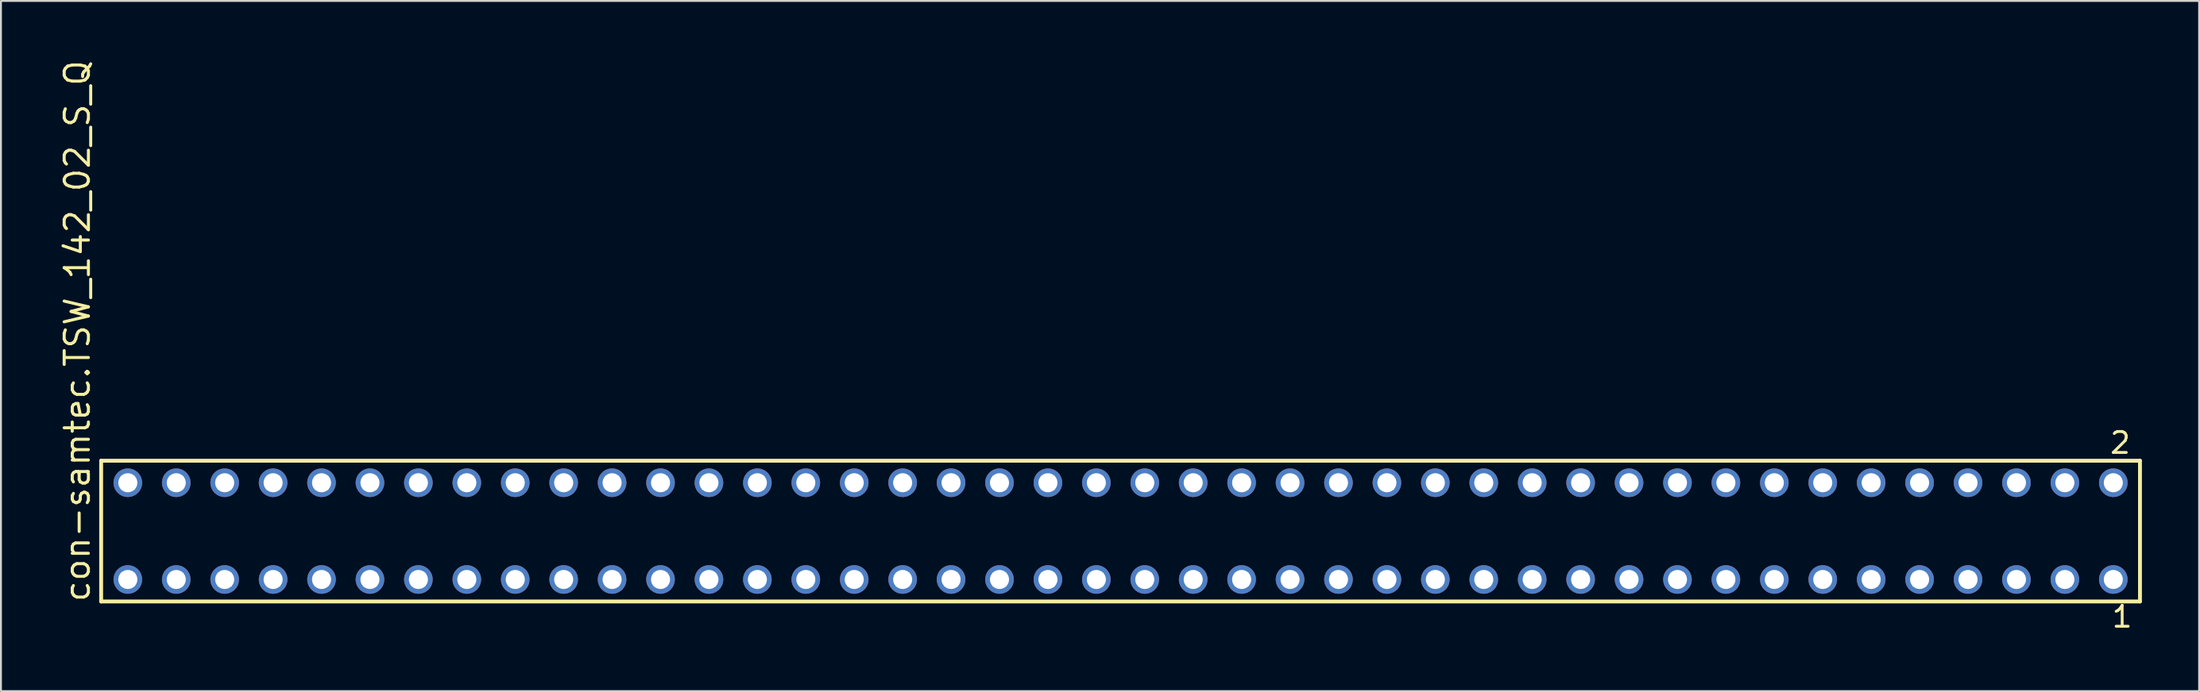
<source format=kicad_pcb>
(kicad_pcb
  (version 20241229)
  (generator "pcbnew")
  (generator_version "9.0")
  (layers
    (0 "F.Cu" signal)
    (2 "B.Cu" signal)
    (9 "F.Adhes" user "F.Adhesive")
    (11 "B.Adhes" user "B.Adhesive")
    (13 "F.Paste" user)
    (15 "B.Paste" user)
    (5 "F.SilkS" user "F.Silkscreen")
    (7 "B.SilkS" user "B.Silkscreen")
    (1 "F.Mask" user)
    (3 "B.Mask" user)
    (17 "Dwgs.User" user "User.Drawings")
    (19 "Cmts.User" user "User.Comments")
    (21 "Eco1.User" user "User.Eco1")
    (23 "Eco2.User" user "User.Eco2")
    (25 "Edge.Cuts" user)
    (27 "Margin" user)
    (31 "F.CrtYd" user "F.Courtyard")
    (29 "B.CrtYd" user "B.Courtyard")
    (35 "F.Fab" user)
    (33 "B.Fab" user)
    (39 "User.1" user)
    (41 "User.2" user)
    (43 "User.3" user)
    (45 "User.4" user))
  (footprint "con-samtec.TSW_142_02_S_Q"
    (layer "F.Cu")
    (at 55.725 24.84)
    (property "Reference" "con-samtec.TSW_142_02_S_Q" (at -53.975 3.81 90) (layer "F.SilkS") (effects (font (size 1.27 1.27) (thickness 0.16)) (justify left bottom)))
    (attr through_hole)
    (fp_line (start -53.469 -3.695) (end 53.469 -3.695) (stroke (width 0.203) (type default)) (layer "F.SilkS"))
    (fp_line (start -53.469 3.695) (end -53.469 -3.695) (stroke (width 0.203) (type default)) (layer "F.SilkS"))
    (fp_line (start 53.469 -3.695) (end 53.469 3.695) (stroke (width 0.203) (type default)) (layer "F.SilkS"))
    (fp_line (start 53.469 3.695) (end -53.469 3.695) (stroke (width 0.203) (type default)) (layer "F.SilkS"))
    (fp_rect (start -52.42 -2.19) (end -51.72 -2.89) (stroke (width 0.05) (type default)) (fill no) (layer "F.Fab"))
    (fp_rect (start -52.42 2.89) (end -51.72 2.19) (stroke (width 0.05) (type default)) (fill no) (layer "F.Fab"))
    (fp_rect (start -49.88 -2.19) (end -49.18 -2.89) (stroke (width 0.05) (type default)) (fill no) (layer "F.Fab"))
    (fp_rect (start -49.88 2.89) (end -49.18 2.19) (stroke (width 0.05) (type default)) (fill no) (layer "F.Fab"))
    (fp_rect (start -47.34 -2.19) (end -46.64 -2.89) (stroke (width 0.05) (type default)) (fill no) (layer "F.Fab"))
    (fp_rect (start -47.34 2.89) (end -46.64 2.19) (stroke (width 0.05) (type default)) (fill no) (layer "F.Fab"))
    (fp_rect (start -44.8 -2.19) (end -44.1 -2.89) (stroke (width 0.05) (type default)) (fill no) (layer "F.Fab"))
    (fp_rect (start -44.8 2.89) (end -44.1 2.19) (stroke (width 0.05) (type default)) (fill no) (layer "F.Fab"))
    (fp_rect (start -42.26 -2.19) (end -41.56 -2.89) (stroke (width 0.05) (type default)) (fill no) (layer "F.Fab"))
    (fp_rect (start -42.26 2.89) (end -41.56 2.19) (stroke (width 0.05) (type default)) (fill no) (layer "F.Fab"))
    (fp_rect (start -39.72 -2.19) (end -39.02 -2.89) (stroke (width 0.05) (type default)) (fill no) (layer "F.Fab"))
    (fp_rect (start -39.72 2.89) (end -39.02 2.19) (stroke (width 0.05) (type default)) (fill no) (layer "F.Fab"))
    (fp_rect (start -37.18 -2.19) (end -36.48 -2.89) (stroke (width 0.05) (type default)) (fill no) (layer "F.Fab"))
    (fp_rect (start -37.18 2.89) (end -36.48 2.19) (stroke (width 0.05) (type default)) (fill no) (layer "F.Fab"))
    (fp_rect (start -34.64 -2.19) (end -33.94 -2.89) (stroke (width 0.05) (type default)) (fill no) (layer "F.Fab"))
    (fp_rect (start -34.64 2.89) (end -33.94 2.19) (stroke (width 0.05) (type default)) (fill no) (layer "F.Fab"))
    (fp_rect (start -32.1 -2.19) (end -31.4 -2.89) (stroke (width 0.05) (type default)) (fill no) (layer "F.Fab"))
    (fp_rect (start -32.1 2.89) (end -31.4 2.19) (stroke (width 0.05) (type default)) (fill no) (layer "F.Fab"))
    (fp_rect (start -29.56 -2.19) (end -28.86 -2.89) (stroke (width 0.05) (type default)) (fill no) (layer "F.Fab"))
    (fp_rect (start -29.56 2.89) (end -28.86 2.19) (stroke (width 0.05) (type default)) (fill no) (layer "F.Fab"))
    (fp_rect (start -27.02 -2.19) (end -26.32 -2.89) (stroke (width 0.05) (type default)) (fill no) (layer "F.Fab"))
    (fp_rect (start -27.02 2.89) (end -26.32 2.19) (stroke (width 0.05) (type default)) (fill no) (layer "F.Fab"))
    (fp_rect (start -24.48 -2.19) (end -23.78 -2.89) (stroke (width 0.05) (type default)) (fill no) (layer "F.Fab"))
    (fp_rect (start -24.48 2.89) (end -23.78 2.19) (stroke (width 0.05) (type default)) (fill no) (layer "F.Fab"))
    (fp_rect (start -21.94 -2.19) (end -21.24 -2.89) (stroke (width 0.05) (type default)) (fill no) (layer "F.Fab"))
    (fp_rect (start -21.94 2.89) (end -21.24 2.19) (stroke (width 0.05) (type default)) (fill no) (layer "F.Fab"))
    (fp_rect (start -19.4 -2.19) (end -18.7 -2.89) (stroke (width 0.05) (type default)) (fill no) (layer "F.Fab"))
    (fp_rect (start -19.4 2.89) (end -18.7 2.19) (stroke (width 0.05) (type default)) (fill no) (layer "F.Fab"))
    (fp_rect (start -16.86 -2.19) (end -16.16 -2.89) (stroke (width 0.05) (type default)) (fill no) (layer "F.Fab"))
    (fp_rect (start -16.86 2.89) (end -16.16 2.19) (stroke (width 0.05) (type default)) (fill no) (layer "F.Fab"))
    (fp_rect (start -14.32 -2.19) (end -13.62 -2.89) (stroke (width 0.05) (type default)) (fill no) (layer "F.Fab"))
    (fp_rect (start -14.32 2.89) (end -13.62 2.19) (stroke (width 0.05) (type default)) (fill no) (layer "F.Fab"))
    (fp_rect (start -11.78 -2.19) (end -11.08 -2.89) (stroke (width 0.05) (type default)) (fill no) (layer "F.Fab"))
    (fp_rect (start -11.78 2.89) (end -11.08 2.19) (stroke (width 0.05) (type default)) (fill no) (layer "F.Fab"))
    (fp_rect (start -9.24 -2.19) (end -8.54 -2.89) (stroke (width 0.05) (type default)) (fill no) (layer "F.Fab"))
    (fp_rect (start -9.24 2.89) (end -8.54 2.19) (stroke (width 0.05) (type default)) (fill no) (layer "F.Fab"))
    (fp_rect (start -6.7 -2.19) (end -6 -2.89) (stroke (width 0.05) (type default)) (fill no) (layer "F.Fab"))
    (fp_rect (start -6.7 2.89) (end -6 2.19) (stroke (width 0.05) (type default)) (fill no) (layer "F.Fab"))
    (fp_rect (start -4.16 -2.19) (end -3.46 -2.89) (stroke (width 0.05) (type default)) (fill no) (layer "F.Fab"))
    (fp_rect (start -4.16 2.89) (end -3.46 2.19) (stroke (width 0.05) (type default)) (fill no) (layer "F.Fab"))
    (fp_rect (start -1.62 -2.19) (end -0.92 -2.89) (stroke (width 0.05) (type default)) (fill no) (layer "F.Fab"))
    (fp_rect (start -1.62 2.89) (end -0.92 2.19) (stroke (width 0.05) (type default)) (fill no) (layer "F.Fab"))
    (fp_rect (start 0.92 -2.19) (end 1.62 -2.89) (stroke (width 0.05) (type default)) (fill no) (layer "F.Fab"))
    (fp_rect (start 0.92 2.89) (end 1.62 2.19) (stroke (width 0.05) (type default)) (fill no) (layer "F.Fab"))
    (fp_rect (start 3.46 -2.19) (end 4.16 -2.89) (stroke (width 0.05) (type default)) (fill no) (layer "F.Fab"))
    (fp_rect (start 3.46 2.89) (end 4.16 2.19) (stroke (width 0.05) (type default)) (fill no) (layer "F.Fab"))
    (fp_rect (start 6 -2.19) (end 6.7 -2.89) (stroke (width 0.05) (type default)) (fill no) (layer "F.Fab"))
    (fp_rect (start 6 2.89) (end 6.7 2.19) (stroke (width 0.05) (type default)) (fill no) (layer "F.Fab"))
    (fp_rect (start 8.54 -2.19) (end 9.24 -2.89) (stroke (width 0.05) (type default)) (fill no) (layer "F.Fab"))
    (fp_rect (start 8.54 2.89) (end 9.24 2.19) (stroke (width 0.05) (type default)) (fill no) (layer "F.Fab"))
    (fp_rect (start 11.08 -2.19) (end 11.78 -2.89) (stroke (width 0.05) (type default)) (fill no) (layer "F.Fab"))
    (fp_rect (start 11.08 2.89) (end 11.78 2.19) (stroke (width 0.05) (type default)) (fill no) (layer "F.Fab"))
    (fp_rect (start 13.62 -2.19) (end 14.32 -2.89) (stroke (width 0.05) (type default)) (fill no) (layer "F.Fab"))
    (fp_rect (start 13.62 2.89) (end 14.32 2.19) (stroke (width 0.05) (type default)) (fill no) (layer "F.Fab"))
    (fp_rect (start 16.16 -2.19) (end 16.86 -2.89) (stroke (width 0.05) (type default)) (fill no) (layer "F.Fab"))
    (fp_rect (start 16.16 2.89) (end 16.86 2.19) (stroke (width 0.05) (type default)) (fill no) (layer "F.Fab"))
    (fp_rect (start 18.7 -2.19) (end 19.4 -2.89) (stroke (width 0.05) (type default)) (fill no) (layer "F.Fab"))
    (fp_rect (start 18.7 2.89) (end 19.4 2.19) (stroke (width 0.05) (type default)) (fill no) (layer "F.Fab"))
    (fp_rect (start 21.24 -2.19) (end 21.94 -2.89) (stroke (width 0.05) (type default)) (fill no) (layer "F.Fab"))
    (fp_rect (start 21.24 2.89) (end 21.94 2.19) (stroke (width 0.05) (type default)) (fill no) (layer "F.Fab"))
    (fp_rect (start 23.78 -2.19) (end 24.48 -2.89) (stroke (width 0.05) (type default)) (fill no) (layer "F.Fab"))
    (fp_rect (start 23.78 2.89) (end 24.48 2.19) (stroke (width 0.05) (type default)) (fill no) (layer "F.Fab"))
    (fp_rect (start 26.32 -2.19) (end 27.02 -2.89) (stroke (width 0.05) (type default)) (fill no) (layer "F.Fab"))
    (fp_rect (start 26.32 2.89) (end 27.02 2.19) (stroke (width 0.05) (type default)) (fill no) (layer "F.Fab"))
    (fp_rect (start 28.86 -2.19) (end 29.56 -2.89) (stroke (width 0.05) (type default)) (fill no) (layer "F.Fab"))
    (fp_rect (start 28.86 2.89) (end 29.56 2.19) (stroke (width 0.05) (type default)) (fill no) (layer "F.Fab"))
    (fp_rect (start 31.4 -2.19) (end 32.1 -2.89) (stroke (width 0.05) (type default)) (fill no) (layer "F.Fab"))
    (fp_rect (start 31.4 2.89) (end 32.1 2.19) (stroke (width 0.05) (type default)) (fill no) (layer "F.Fab"))
    (fp_rect (start 33.94 -2.19) (end 34.64 -2.89) (stroke (width 0.05) (type default)) (fill no) (layer "F.Fab"))
    (fp_rect (start 33.94 2.89) (end 34.64 2.19) (stroke (width 0.05) (type default)) (fill no) (layer "F.Fab"))
    (fp_rect (start 36.48 -2.19) (end 37.18 -2.89) (stroke (width 0.05) (type default)) (fill no) (layer "F.Fab"))
    (fp_rect (start 36.48 2.89) (end 37.18 2.19) (stroke (width 0.05) (type default)) (fill no) (layer "F.Fab"))
    (fp_rect (start 39.02 -2.19) (end 39.72 -2.89) (stroke (width 0.05) (type default)) (fill no) (layer "F.Fab"))
    (fp_rect (start 39.02 2.89) (end 39.72 2.19) (stroke (width 0.05) (type default)) (fill no) (layer "F.Fab"))
    (fp_rect (start 41.56 -2.19) (end 42.26 -2.89) (stroke (width 0.05) (type default)) (fill no) (layer "F.Fab"))
    (fp_rect (start 41.56 2.89) (end 42.26 2.19) (stroke (width 0.05) (type default)) (fill no) (layer "F.Fab"))
    (fp_rect (start 44.1 -2.19) (end 44.8 -2.89) (stroke (width 0.05) (type default)) (fill no) (layer "F.Fab"))
    (fp_rect (start 44.1 2.89) (end 44.8 2.19) (stroke (width 0.05) (type default)) (fill no) (layer "F.Fab"))
    (fp_rect (start 46.64 -2.19) (end 47.34 -2.89) (stroke (width 0.05) (type default)) (fill no) (layer "F.Fab"))
    (fp_rect (start 46.64 2.89) (end 47.34 2.19) (stroke (width 0.05) (type default)) (fill no) (layer "F.Fab"))
    (fp_rect (start 49.18 -2.19) (end 49.88 -2.89) (stroke (width 0.05) (type default)) (fill no) (layer "F.Fab"))
    (fp_rect (start 49.18 2.89) (end 49.88 2.19) (stroke (width 0.05) (type default)) (fill no) (layer "F.Fab"))
    (fp_rect (start 51.72 -2.19) (end 52.42 -2.89) (stroke (width 0.05) (type default)) (fill no) (layer "F.Fab"))
    (fp_rect (start 51.72 2.89) (end 52.42 2.19) (stroke (width 0.05) (type default)) (fill no) (layer "F.Fab"))
    (fp_text user "1" (at 51.912 5.138 0) (layer "F.SilkS") (effects (font (size 1.1 1.1) (thickness 0.15)) (justify left bottom)))
    (fp_text user "2" (at 51.812 -3.989 0) (layer "F.SilkS") (effects (font (size 1.1 1.1) (thickness 0.15)) (justify left bottom)))
    (pad "1" thru_hole circle (at 52.07 2.54 180) (size 1.5 1.5) (drill 1) (layers "*.Cu" "*.Mask"))
    (pad "2" thru_hole circle (at 52.07 -2.54 180) (size 1.5 1.5) (drill 1) (layers "*.Cu" "*.Mask"))
    (pad "3" thru_hole circle (at 49.53 2.54 180) (size 1.5 1.5) (drill 1) (layers "*.Cu" "*.Mask"))
    (pad "4" thru_hole circle (at 49.53 -2.54 180) (size 1.5 1.5) (drill 1) (layers "*.Cu" "*.Mask"))
    (pad "5" thru_hole circle (at 46.99 2.54 180) (size 1.5 1.5) (drill 1) (layers "*.Cu" "*.Mask"))
    (pad "6" thru_hole circle (at 46.99 -2.54 180) (size 1.5 1.5) (drill 1) (layers "*.Cu" "*.Mask"))
    (pad "7" thru_hole circle (at 44.45 2.54 180) (size 1.5 1.5) (drill 1) (layers "*.Cu" "*.Mask"))
    (pad "8" thru_hole circle (at 44.45 -2.54 180) (size 1.5 1.5) (drill 1) (layers "*.Cu" "*.Mask"))
    (pad "9" thru_hole circle (at 41.91 2.54 180) (size 1.5 1.5) (drill 1) (layers "*.Cu" "*.Mask"))
    (pad "10" thru_hole circle (at 41.91 -2.54 180) (size 1.5 1.5) (drill 1) (layers "*.Cu" "*.Mask"))
    (pad "11" thru_hole circle (at 39.37 2.54 180) (size 1.5 1.5) (drill 1) (layers "*.Cu" "*.Mask"))
    (pad "12" thru_hole circle (at 39.37 -2.54 180) (size 1.5 1.5) (drill 1) (layers "*.Cu" "*.Mask"))
    (pad "13" thru_hole circle (at 36.83 2.54 180) (size 1.5 1.5) (drill 1) (layers "*.Cu" "*.Mask"))
    (pad "14" thru_hole circle (at 36.83 -2.54 180) (size 1.5 1.5) (drill 1) (layers "*.Cu" "*.Mask"))
    (pad "15" thru_hole circle (at 34.29 2.54 180) (size 1.5 1.5) (drill 1) (layers "*.Cu" "*.Mask"))
    (pad "16" thru_hole circle (at 34.29 -2.54 180) (size 1.5 1.5) (drill 1) (layers "*.Cu" "*.Mask"))
    (pad "17" thru_hole circle (at 31.75 2.54 180) (size 1.5 1.5) (drill 1) (layers "*.Cu" "*.Mask"))
    (pad "18" thru_hole circle (at 31.75 -2.54 180) (size 1.5 1.5) (drill 1) (layers "*.Cu" "*.Mask"))
    (pad "19" thru_hole circle (at 29.21 2.54 180) (size 1.5 1.5) (drill 1) (layers "*.Cu" "*.Mask"))
    (pad "20" thru_hole circle (at 29.21 -2.54 180) (size 1.5 1.5) (drill 1) (layers "*.Cu" "*.Mask"))
    (pad "21" thru_hole circle (at 26.67 2.54 180) (size 1.5 1.5) (drill 1) (layers "*.Cu" "*.Mask"))
    (pad "22" thru_hole circle (at 26.67 -2.54 180) (size 1.5 1.5) (drill 1) (layers "*.Cu" "*.Mask"))
    (pad "23" thru_hole circle (at 24.13 2.54 180) (size 1.5 1.5) (drill 1) (layers "*.Cu" "*.Mask"))
    (pad "24" thru_hole circle (at 24.13 -2.54 180) (size 1.5 1.5) (drill 1) (layers "*.Cu" "*.Mask"))
    (pad "25" thru_hole circle (at 21.59 2.54 180) (size 1.5 1.5) (drill 1) (layers "*.Cu" "*.Mask"))
    (pad "26" thru_hole circle (at 21.59 -2.54 180) (size 1.5 1.5) (drill 1) (layers "*.Cu" "*.Mask"))
    (pad "27" thru_hole circle (at 19.05 2.54 180) (size 1.5 1.5) (drill 1) (layers "*.Cu" "*.Mask"))
    (pad "28" thru_hole circle (at 19.05 -2.54 180) (size 1.5 1.5) (drill 1) (layers "*.Cu" "*.Mask"))
    (pad "29" thru_hole circle (at 16.51 2.54 180) (size 1.5 1.5) (drill 1) (layers "*.Cu" "*.Mask"))
    (pad "30" thru_hole circle (at 16.51 -2.54 180) (size 1.5 1.5) (drill 1) (layers "*.Cu" "*.Mask"))
    (pad "31" thru_hole circle (at 13.97 2.54 180) (size 1.5 1.5) (drill 1) (layers "*.Cu" "*.Mask"))
    (pad "32" thru_hole circle (at 13.97 -2.54 180) (size 1.5 1.5) (drill 1) (layers "*.Cu" "*.Mask"))
    (pad "33" thru_hole circle (at 11.43 2.54 180) (size 1.5 1.5) (drill 1) (layers "*.Cu" "*.Mask"))
    (pad "34" thru_hole circle (at 11.43 -2.54 180) (size 1.5 1.5) (drill 1) (layers "*.Cu" "*.Mask"))
    (pad "35" thru_hole circle (at 8.89 2.54 180) (size 1.5 1.5) (drill 1) (layers "*.Cu" "*.Mask"))
    (pad "36" thru_hole circle (at 8.89 -2.54 180) (size 1.5 1.5) (drill 1) (layers "*.Cu" "*.Mask"))
    (pad "37" thru_hole circle (at 6.35 2.54 180) (size 1.5 1.5) (drill 1) (layers "*.Cu" "*.Mask"))
    (pad "38" thru_hole circle (at 6.35 -2.54 180) (size 1.5 1.5) (drill 1) (layers "*.Cu" "*.Mask"))
    (pad "39" thru_hole circle (at 3.81 2.54 180) (size 1.5 1.5) (drill 1) (layers "*.Cu" "*.Mask"))
    (pad "40" thru_hole circle (at 3.81 -2.54 180) (size 1.5 1.5) (drill 1) (layers "*.Cu" "*.Mask"))
    (pad "41" thru_hole circle (at 1.27 2.54 180) (size 1.5 1.5) (drill 1) (layers "*.Cu" "*.Mask"))
    (pad "42" thru_hole circle (at 1.27 -2.54 180) (size 1.5 1.5) (drill 1) (layers "*.Cu" "*.Mask"))
    (pad "43" thru_hole circle (at -1.27 2.54 180) (size 1.5 1.5) (drill 1) (layers "*.Cu" "*.Mask"))
    (pad "44" thru_hole circle (at -1.27 -2.54 180) (size 1.5 1.5) (drill 1) (layers "*.Cu" "*.Mask"))
    (pad "45" thru_hole circle (at -3.81 2.54 180) (size 1.5 1.5) (drill 1) (layers "*.Cu" "*.Mask"))
    (pad "46" thru_hole circle (at -3.81 -2.54 180) (size 1.5 1.5) (drill 1) (layers "*.Cu" "*.Mask"))
    (pad "47" thru_hole circle (at -6.35 2.54 180) (size 1.5 1.5) (drill 1) (layers "*.Cu" "*.Mask"))
    (pad "48" thru_hole circle (at -6.35 -2.54 180) (size 1.5 1.5) (drill 1) (layers "*.Cu" "*.Mask"))
    (pad "49" thru_hole circle (at -8.89 2.54 180) (size 1.5 1.5) (drill 1) (layers "*.Cu" "*.Mask"))
    (pad "50" thru_hole circle (at -8.89 -2.54 180) (size 1.5 1.5) (drill 1) (layers "*.Cu" "*.Mask"))
    (pad "51" thru_hole circle (at -11.43 2.54 180) (size 1.5 1.5) (drill 1) (layers "*.Cu" "*.Mask"))
    (pad "52" thru_hole circle (at -11.43 -2.54 180) (size 1.5 1.5) (drill 1) (layers "*.Cu" "*.Mask"))
    (pad "53" thru_hole circle (at -13.97 2.54 180) (size 1.5 1.5) (drill 1) (layers "*.Cu" "*.Mask"))
    (pad "54" thru_hole circle (at -13.97 -2.54 180) (size 1.5 1.5) (drill 1) (layers "*.Cu" "*.Mask"))
    (pad "55" thru_hole circle (at -16.51 2.54 180) (size 1.5 1.5) (drill 1) (layers "*.Cu" "*.Mask"))
    (pad "56" thru_hole circle (at -16.51 -2.54 180) (size 1.5 1.5) (drill 1) (layers "*.Cu" "*.Mask"))
    (pad "57" thru_hole circle (at -19.05 2.54 180) (size 1.5 1.5) (drill 1) (layers "*.Cu" "*.Mask"))
    (pad "58" thru_hole circle (at -19.05 -2.54 180) (size 1.5 1.5) (drill 1) (layers "*.Cu" "*.Mask"))
    (pad "59" thru_hole circle (at -21.59 2.54 180) (size 1.5 1.5) (drill 1) (layers "*.Cu" "*.Mask"))
    (pad "60" thru_hole circle (at -21.59 -2.54 180) (size 1.5 1.5) (drill 1) (layers "*.Cu" "*.Mask"))
    (pad "61" thru_hole circle (at -24.13 2.54 180) (size 1.5 1.5) (drill 1) (layers "*.Cu" "*.Mask"))
    (pad "62" thru_hole circle (at -24.13 -2.54 180) (size 1.5 1.5) (drill 1) (layers "*.Cu" "*.Mask"))
    (pad "63" thru_hole circle (at -26.67 2.54 180) (size 1.5 1.5) (drill 1) (layers "*.Cu" "*.Mask"))
    (pad "64" thru_hole circle (at -26.67 -2.54 180) (size 1.5 1.5) (drill 1) (layers "*.Cu" "*.Mask"))
    (pad "65" thru_hole circle (at -29.21 2.54 180) (size 1.5 1.5) (drill 1) (layers "*.Cu" "*.Mask"))
    (pad "66" thru_hole circle (at -29.21 -2.54 180) (size 1.5 1.5) (drill 1) (layers "*.Cu" "*.Mask"))
    (pad "67" thru_hole circle (at -31.75 2.54 180) (size 1.5 1.5) (drill 1) (layers "*.Cu" "*.Mask"))
    (pad "68" thru_hole circle (at -31.75 -2.54 180) (size 1.5 1.5) (drill 1) (layers "*.Cu" "*.Mask"))
    (pad "69" thru_hole circle (at -34.29 2.54 180) (size 1.5 1.5) (drill 1) (layers "*.Cu" "*.Mask"))
    (pad "70" thru_hole circle (at -34.29 -2.54 180) (size 1.5 1.5) (drill 1) (layers "*.Cu" "*.Mask"))
    (pad "71" thru_hole circle (at -36.83 2.54 180) (size 1.5 1.5) (drill 1) (layers "*.Cu" "*.Mask"))
    (pad "72" thru_hole circle (at -36.83 -2.54 180) (size 1.5 1.5) (drill 1) (layers "*.Cu" "*.Mask"))
    (pad "73" thru_hole circle (at -39.37 2.54 180) (size 1.5 1.5) (drill 1) (layers "*.Cu" "*.Mask"))
    (pad "74" thru_hole circle (at -39.37 -2.54 180) (size 1.5 1.5) (drill 1) (layers "*.Cu" "*.Mask"))
    (pad "75" thru_hole circle (at -41.91 2.54 180) (size 1.5 1.5) (drill 1) (layers "*.Cu" "*.Mask"))
    (pad "76" thru_hole circle (at -41.91 -2.54 180) (size 1.5 1.5) (drill 1) (layers "*.Cu" "*.Mask"))
    (pad "77" thru_hole circle (at -44.45 2.54 180) (size 1.5 1.5) (drill 1) (layers "*.Cu" "*.Mask"))
    (pad "78" thru_hole circle (at -44.45 -2.54 180) (size 1.5 1.5) (drill 1) (layers "*.Cu" "*.Mask"))
    (pad "79" thru_hole circle (at -46.99 2.54 180) (size 1.5 1.5) (drill 1) (layers "*.Cu" "*.Mask"))
    (pad "80" thru_hole circle (at -46.99 -2.54 180) (size 1.5 1.5) (drill 1) (layers "*.Cu" "*.Mask"))
    (pad "81" thru_hole circle (at -49.53 2.54 180) (size 1.5 1.5) (drill 1) (layers "*.Cu" "*.Mask"))
    (pad "82" thru_hole circle (at -49.53 -2.54 180) (size 1.5 1.5) (drill 1) (layers "*.Cu" "*.Mask"))
    (pad "83" thru_hole circle (at -52.07 2.54 180) (size 1.5 1.5) (drill 1) (layers "*.Cu" "*.Mask"))
    (pad "84" thru_hole circle (at -52.07 -2.54 180) (size 1.5 1.5) (drill 1) (layers "*.Cu" "*.Mask")))
  (gr_rect
    (start -3 -3)
    (end 112.296 33.241)
    (stroke (width 0.1) (type default))
    (fill no)
    (layer "Edge.Cuts")))
</source>
